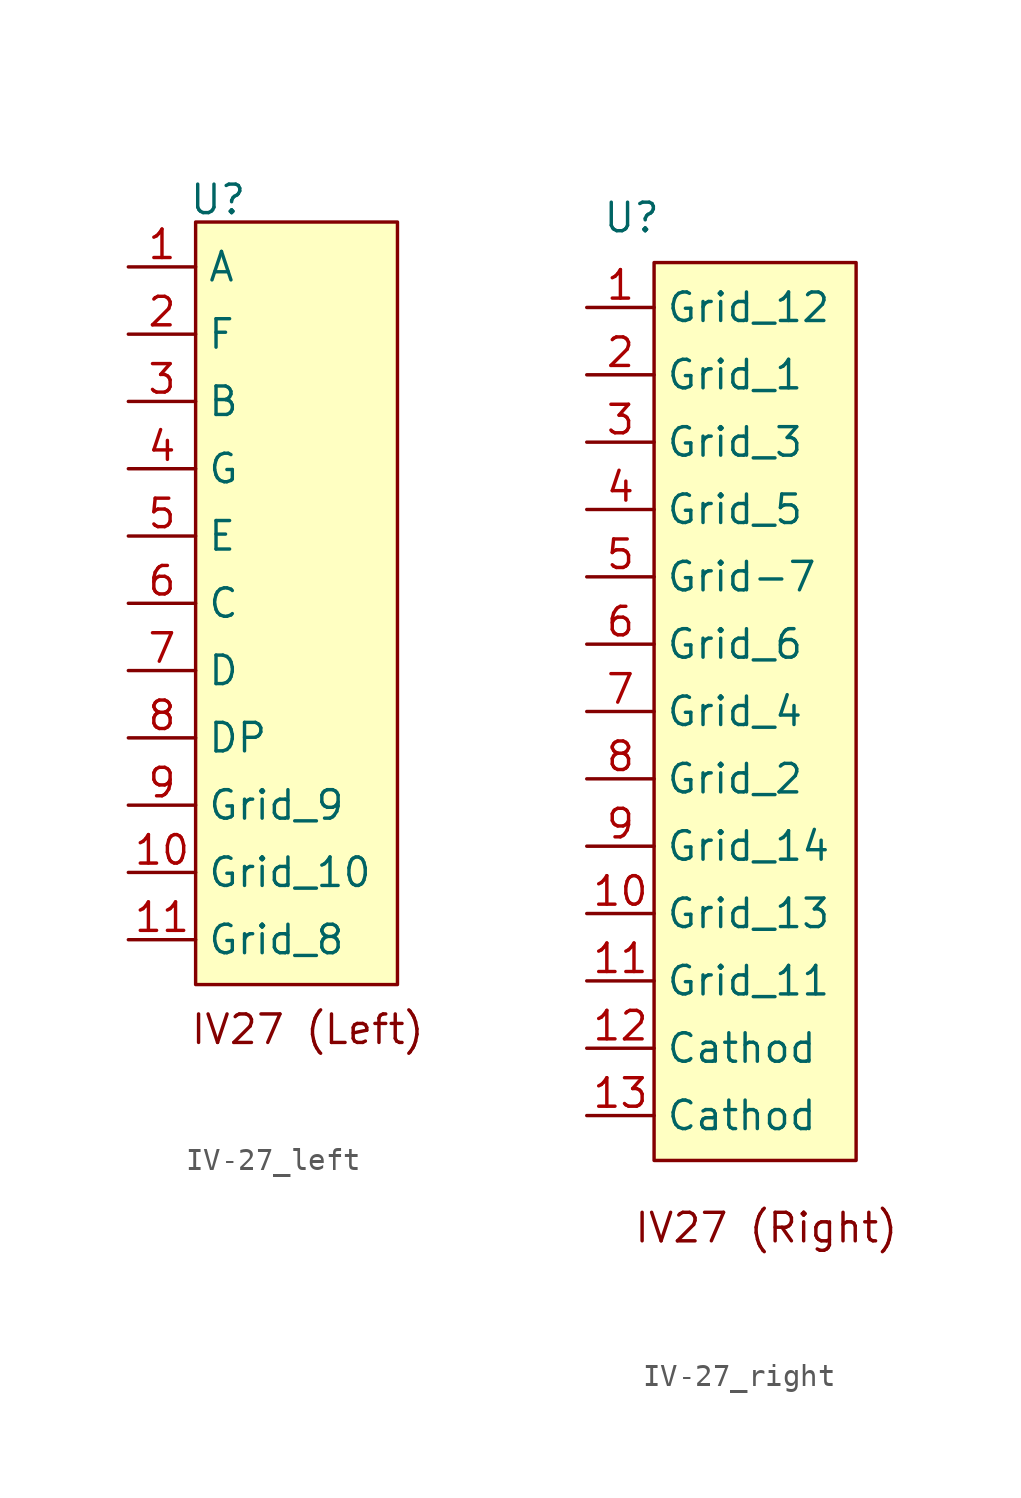
<source format=kicad_sym>
(kicad_symbol_lib
  (version 20231120)
  (generator "kicad_symbol_editor")
  (generator_version "8.0")
  (symbol "IV-27_left"
    (property "Reference" "U"
      (at 4 3 0)
      (effects (font (size 1.27 1.27))))
    (property "Value" ""
      (at 0 0 0)
      (effects (font (size 1.27 1.27))))
    (symbol "IV-27_left_1_1"
      (rectangle (start 3 2) (end 12 -32) (stroke (width 0) (type default)) (fill (type background)))
      (text "IV27 (Left)" (at 8 -34 0) (effects (font (size 1.27 1.27) (color 132 0 0 1))))
      (pin input line (at 0 0 0) (length 3) (name "A" (effects (font (size 1.27 1.27)))) (number "1" (effects (font (size 1.27 1.27)))))
      (pin input line (at 0 -27 0) (length 3) (name "Grid_10" (effects (font (size 1.27 1.27)))) (number "10" (effects (font (size 1.27 1.27)))))
      (pin input line (at 0 -30 0) (length 3) (name "Grid_8" (effects (font (size 1.27 1.27)))) (number "11" (effects (font (size 1.27 1.27)))))
      (pin input line (at 0 -3 0) (length 3) (name "F" (effects (font (size 1.27 1.27)))) (number "2" (effects (font (size 1.27 1.27)))))
      (pin input line (at 0 -6 0) (length 3) (name "B" (effects (font (size 1.27 1.27)))) (number "3" (effects (font (size 1.27 1.27)))))
      (pin input line (at 0 -9 0) (length 3) (name "G" (effects (font (size 1.27 1.27)))) (number "4" (effects (font (size 1.27 1.27)))))
      (pin input line (at 0 -12 0) (length 3) (name "E" (effects (font (size 1.27 1.27)))) (number "5" (effects (font (size 1.27 1.27)))))
      (pin input line (at 0 -15 0) (length 3) (name "C" (effects (font (size 1.27 1.27)))) (number "6" (effects (font (size 1.27 1.27)))))
      (pin input line (at 0 -18 0) (length 3) (name "D" (effects (font (size 1.27 1.27)))) (number "7" (effects (font (size 1.27 1.27)))))
      (pin input line (at 0 -21 0) (length 3) (name "DP" (effects (font (size 1.27 1.27)))) (number "8" (effects (font (size 1.27 1.27)))))
      (pin input line (at 0 -24 0) (length 3) (name "Grid_9" (effects (font (size 1.27 1.27)))) (number "9" (effects (font (size 1.27 1.27)))))))
  (symbol "IV-27_right"
    (property "Reference" "U"
      (at 2 4 0)
      (effects (font (size 1.27 1.27))))
    (property "Value" ""
      (at 0 0 0)
      (effects (font (size 1.27 1.27))))
    (symbol "IV-27_right_1_1"
      (rectangle (start 3 2) (end 12 -38) (stroke (width 0) (type default)) (fill (type background)))
      (text "IV27 (Right)" (at 8 -41 0) (effects (font (size 1.27 1.27) (color 132 0 0 1))))
      (pin input line (at 0 0 0) (length 3) (name "Grid_12" (effects (font (size 1.27 1.27)))) (number "1" (effects (font (size 1.27 1.27)))))
      (pin input line (at 0 -27 0) (length 3) (name "Grid_13" (effects (font (size 1.27 1.27)))) (number "10" (effects (font (size 1.27 1.27)))))
      (pin input line (at 0 -30 0) (length 3) (name "Grid_11" (effects (font (size 1.27 1.27)))) (number "11" (effects (font (size 1.27 1.27)))))
      (pin input line (at 0 -33 0) (length 3) (name "Cathod" (effects (font (size 1.27 1.27)))) (number "12" (effects (font (size 1.27 1.27)))))
      (pin input line (at 0 -36 0) (length 3) (name "Cathod" (effects (font (size 1.27 1.27)))) (number "13" (effects (font (size 1.27 1.27)))))
      (pin input line (at 0 -3 0) (length 3) (name "Grid_1" (effects (font (size 1.27 1.27)))) (number "2" (effects (font (size 1.27 1.27)))))
      (pin input line (at 0 -6 0) (length 3) (name "Grid_3" (effects (font (size 1.27 1.27)))) (number "3" (effects (font (size 1.27 1.27)))))
      (pin input line (at 0 -9 0) (length 3) (name "Grid_5" (effects (font (size 1.27 1.27)))) (number "4" (effects (font (size 1.27 1.27)))))
      (pin input line (at 0 -12 0) (length 3) (name "Grid-7" (effects (font (size 1.27 1.27)))) (number "5" (effects (font (size 1.27 1.27)))))
      (pin input line (at 0 -15 0) (length 3) (name "Grid_6" (effects (font (size 1.27 1.27)))) (number "6" (effects (font (size 1.27 1.27)))))
      (pin input line (at 0 -18 0) (length 3) (name "Grid_4" (effects (font (size 1.27 1.27)))) (number "7" (effects (font (size 1.27 1.27)))))
      (pin input line (at 0 -21 0) (length 3) (name "Grid_2" (effects (font (size 1.27 1.27)))) (number "8" (effects (font (size 1.27 1.27)))))
      (pin input line (at 0 -24 0) (length 3) (name "Grid_14" (effects (font (size 1.27 1.27)))) (number "9" (effects (font (size 1.27 1.27))))))))
</source>
